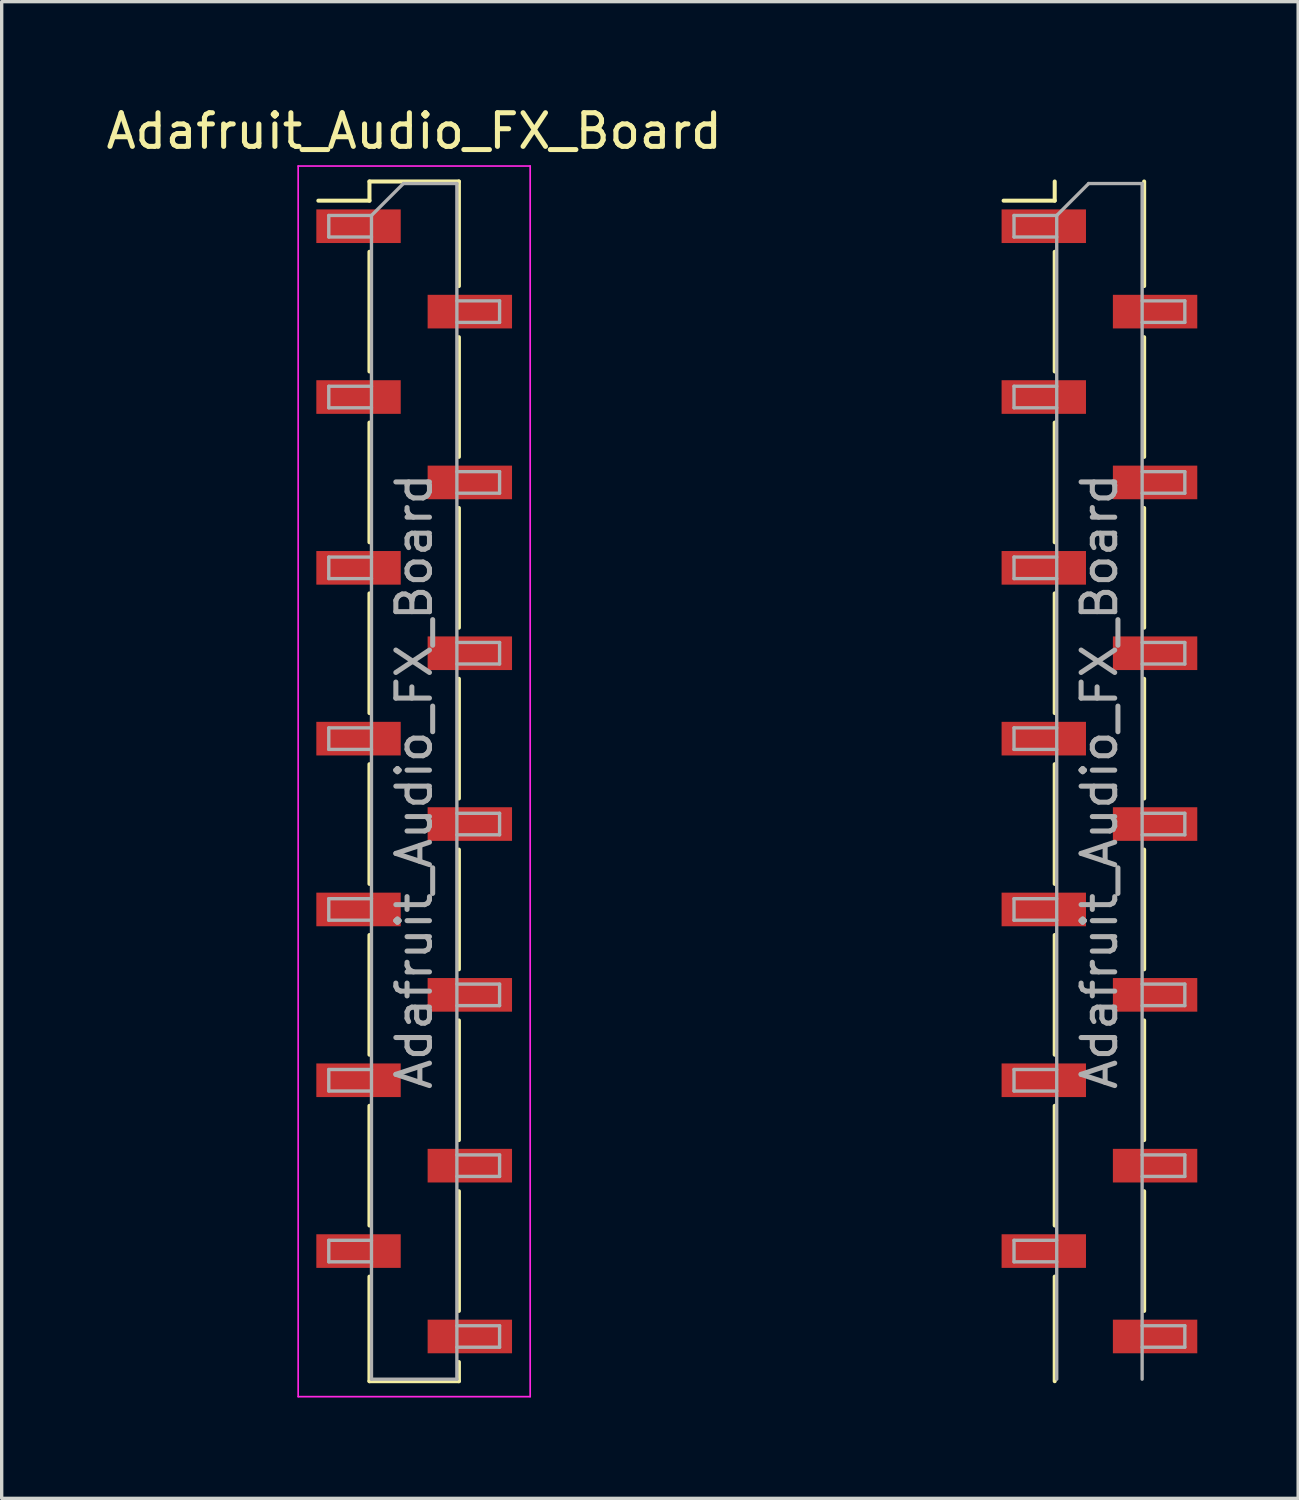
<source format=kicad_pcb>
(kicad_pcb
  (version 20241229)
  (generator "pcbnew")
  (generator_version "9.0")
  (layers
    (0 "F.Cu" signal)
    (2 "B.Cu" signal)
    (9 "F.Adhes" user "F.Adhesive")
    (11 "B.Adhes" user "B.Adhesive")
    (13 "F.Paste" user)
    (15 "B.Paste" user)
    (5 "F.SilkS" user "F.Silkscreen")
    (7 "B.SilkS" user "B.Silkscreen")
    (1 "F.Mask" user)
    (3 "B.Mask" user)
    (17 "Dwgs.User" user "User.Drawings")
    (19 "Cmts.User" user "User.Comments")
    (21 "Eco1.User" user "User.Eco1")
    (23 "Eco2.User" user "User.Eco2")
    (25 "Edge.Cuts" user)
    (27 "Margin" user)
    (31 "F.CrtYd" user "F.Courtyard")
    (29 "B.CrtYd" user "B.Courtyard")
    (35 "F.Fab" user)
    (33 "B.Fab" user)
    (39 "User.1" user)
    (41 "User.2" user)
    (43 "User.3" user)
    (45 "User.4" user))
  (footprint "Adafruit_Audio_FX_Board"
    (layer "F.Cu")
    (at 9.268 23.248)
    (property "Reference" "Adafruit_Audio_FX_Board" (at 0 -22.4 0) (layer "F.SilkS") (effects (font (size 1 1) (thickness 0.15))))
    (attr smd)
    (fp_line (start -1.33 -20.9) (end -1.33 -20.33) (stroke (width 0.12) (type solid)) (layer "F.SilkS"))
    (fp_line (start -1.33 -20.9) (end 1.33 -20.9) (stroke (width 0.12) (type solid)) (layer "F.SilkS"))
    (fp_line (start -1.33 -20.33) (end -2.85 -20.33) (stroke (width 0.12) (type solid)) (layer "F.SilkS"))
    (fp_line (start -1.33 -18.81) (end -1.33 -15.25) (stroke (width 0.12) (type solid)) (layer "F.SilkS"))
    (fp_line (start -1.33 -13.73) (end -1.33 -10.17) (stroke (width 0.12) (type solid)) (layer "F.SilkS"))
    (fp_line (start -1.33 -8.65) (end -1.33 -5.09) (stroke (width 0.12) (type solid)) (layer "F.SilkS"))
    (fp_line (start -1.33 -3.57) (end -1.33 -0.01) (stroke (width 0.12) (type solid)) (layer "F.SilkS"))
    (fp_line (start -1.33 1.51) (end -1.33 5.07) (stroke (width 0.12) (type solid)) (layer "F.SilkS"))
    (fp_line (start -1.33 6.59) (end -1.33 10.15) (stroke (width 0.12) (type solid)) (layer "F.SilkS"))
    (fp_line (start -1.33 11.67) (end -1.33 14.78) (stroke (width 0.12) (type solid)) (layer "F.SilkS"))
    (fp_line (start -1.33 14.78) (end 1.33 14.78) (stroke (width 0.12) (type solid)) (layer "F.SilkS"))
    (fp_line (start 1.33 -20.9) (end 1.33 -17.79) (stroke (width 0.12) (type solid)) (layer "F.SilkS"))
    (fp_line (start 1.33 -16.27) (end 1.33 -12.71) (stroke (width 0.12) (type solid)) (layer "F.SilkS"))
    (fp_line (start 1.33 -11.19) (end 1.33 -7.63) (stroke (width 0.12) (type solid)) (layer "F.SilkS"))
    (fp_line (start 1.33 -6.11) (end 1.33 -2.55) (stroke (width 0.12) (type solid)) (layer "F.SilkS"))
    (fp_line (start 1.33 -1.03) (end 1.33 2.53) (stroke (width 0.12) (type solid)) (layer "F.SilkS"))
    (fp_line (start 1.33 4.05) (end 1.33 7.61) (stroke (width 0.12) (type solid)) (layer "F.SilkS"))
    (fp_line (start 1.33 9.13) (end 1.33 12.69) (stroke (width 0.12) (type solid)) (layer "F.SilkS"))
    (fp_line (start 1.33 14.21) (end 1.33 14.78) (stroke (width 0.12) (type solid)) (layer "F.SilkS"))
    (fp_line (start 19.05 -20.9) (end 19.05 -20.33) (stroke (width 0.12) (type solid)) (layer "F.SilkS"))
    (fp_line (start 19.05 -20.33) (end 17.53 -20.33) (stroke (width 0.12) (type solid)) (layer "F.SilkS"))
    (fp_line (start 19.05 -18.81) (end 19.05 -15.25) (stroke (width 0.12) (type solid)) (layer "F.SilkS"))
    (fp_line (start 19.05 -13.73) (end 19.05 -10.17) (stroke (width 0.12) (type solid)) (layer "F.SilkS"))
    (fp_line (start 19.05 -8.65) (end 19.05 -5.09) (stroke (width 0.12) (type solid)) (layer "F.SilkS"))
    (fp_line (start 19.05 -3.57) (end 19.05 -0.01) (stroke (width 0.12) (type solid)) (layer "F.SilkS"))
    (fp_line (start 19.05 1.51) (end 19.05 5.07) (stroke (width 0.12) (type solid)) (layer "F.SilkS"))
    (fp_line (start 19.05 6.59) (end 19.05 10.15) (stroke (width 0.12) (type solid)) (layer "F.SilkS"))
    (fp_line (start 19.05 11.67) (end 19.05 14.78) (stroke (width 0.12) (type solid)) (layer "F.SilkS"))
    (fp_line (start 21.71 -20.9) (end 21.71 -17.79) (stroke (width 0.12) (type solid)) (layer "F.SilkS"))
    (fp_line (start 21.71 -16.27) (end 21.71 -12.71) (stroke (width 0.12) (type solid)) (layer "F.SilkS"))
    (fp_line (start 21.71 -11.19) (end 21.71 -7.63) (stroke (width 0.12) (type solid)) (layer "F.SilkS"))
    (fp_line (start 21.71 -6.11) (end 21.71 -2.55) (stroke (width 0.12) (type solid)) (layer "F.SilkS"))
    (fp_line (start 21.71 -1.03) (end 21.71 2.53) (stroke (width 0.12) (type solid)) (layer "F.SilkS"))
    (fp_line (start 21.71 4.05) (end 21.71 7.61) (stroke (width 0.12) (type solid)) (layer "F.SilkS"))
    (fp_line (start 21.71 9.13) (end 21.71 12.69) (stroke (width 0.12) (type solid)) (layer "F.SilkS"))
    (fp_line (start -3.45 -21.36) (end -3.45 15.24) (stroke (width 0.05) (type solid)) (layer "F.CrtYd"))
    (fp_line (start -3.45 15.24) (end 3.45 15.24) (stroke (width 0.05) (type solid)) (layer "F.CrtYd"))
    (fp_line (start 3.45 -21.36) (end -3.45 -21.36) (stroke (width 0.05) (type solid)) (layer "F.CrtYd"))
    (fp_line (start 3.45 15.24) (end 3.45 -21.36) (stroke (width 0.05) (type solid)) (layer "F.CrtYd"))
    (fp_line (start -2.54 -19.89) (end -2.54 -19.25) (stroke (width 0.1) (type solid)) (layer "F.Fab"))
    (fp_line (start -2.54 -19.25) (end -1.27 -19.25) (stroke (width 0.1) (type solid)) (layer "F.Fab"))
    (fp_line (start -2.54 -14.81) (end -2.54 -14.17) (stroke (width 0.1) (type solid)) (layer "F.Fab"))
    (fp_line (start -2.54 -14.17) (end -1.27 -14.17) (stroke (width 0.1) (type solid)) (layer "F.Fab"))
    (fp_line (start -2.54 -9.73) (end -2.54 -9.09) (stroke (width 0.1) (type solid)) (layer "F.Fab"))
    (fp_line (start -2.54 -9.09) (end -1.27 -9.09) (stroke (width 0.1) (type solid)) (layer "F.Fab"))
    (fp_line (start -2.54 -4.65) (end -2.54 -4.01) (stroke (width 0.1) (type solid)) (layer "F.Fab"))
    (fp_line (start -2.54 -4.01) (end -1.27 -4.01) (stroke (width 0.1) (type solid)) (layer "F.Fab"))
    (fp_line (start -2.54 0.43) (end -2.54 1.07) (stroke (width 0.1) (type solid)) (layer "F.Fab"))
    (fp_line (start -2.54 1.07) (end -1.27 1.07) (stroke (width 0.1) (type solid)) (layer "F.Fab"))
    (fp_line (start -2.54 5.51) (end -2.54 6.15) (stroke (width 0.1) (type solid)) (layer "F.Fab"))
    (fp_line (start -2.54 6.15) (end -1.27 6.15) (stroke (width 0.1) (type solid)) (layer "F.Fab"))
    (fp_line (start -2.54 10.59) (end -2.54 11.23) (stroke (width 0.1) (type solid)) (layer "F.Fab"))
    (fp_line (start -2.54 11.23) (end -1.27 11.23) (stroke (width 0.1) (type solid)) (layer "F.Fab"))
    (fp_line (start -1.27 -19.89) (end -2.54 -19.89) (stroke (width 0.1) (type solid)) (layer "F.Fab"))
    (fp_line (start -1.27 -19.89) (end -0.32 -20.84) (stroke (width 0.1) (type solid)) (layer "F.Fab"))
    (fp_line (start -1.27 -14.81) (end -2.54 -14.81) (stroke (width 0.1) (type solid)) (layer "F.Fab"))
    (fp_line (start -1.27 -9.73) (end -2.54 -9.73) (stroke (width 0.1) (type solid)) (layer "F.Fab"))
    (fp_line (start -1.27 -4.65) (end -2.54 -4.65) (stroke (width 0.1) (type solid)) (layer "F.Fab"))
    (fp_line (start -1.27 0.43) (end -2.54 0.43) (stroke (width 0.1) (type solid)) (layer "F.Fab"))
    (fp_line (start -1.27 5.51) (end -2.54 5.51) (stroke (width 0.1) (type solid)) (layer "F.Fab"))
    (fp_line (start -1.27 10.59) (end -2.54 10.59) (stroke (width 0.1) (type solid)) (layer "F.Fab"))
    (fp_line (start -1.27 14.72) (end -1.27 -19.89) (stroke (width 0.1) (type solid)) (layer "F.Fab"))
    (fp_line (start -0.32 -20.84) (end 1.27 -20.84) (stroke (width 0.1) (type solid)) (layer "F.Fab"))
    (fp_line (start 1.27 -20.84) (end 1.27 14.72) (stroke (width 0.1) (type solid)) (layer "F.Fab"))
    (fp_line (start 1.27 -17.35) (end 2.54 -17.35) (stroke (width 0.1) (type solid)) (layer "F.Fab"))
    (fp_line (start 1.27 -12.27) (end 2.54 -12.27) (stroke (width 0.1) (type solid)) (layer "F.Fab"))
    (fp_line (start 1.27 -7.19) (end 2.54 -7.19) (stroke (width 0.1) (type solid)) (layer "F.Fab"))
    (fp_line (start 1.27 -2.11) (end 2.54 -2.11) (stroke (width 0.1) (type solid)) (layer "F.Fab"))
    (fp_line (start 1.27 2.97) (end 2.54 2.97) (stroke (width 0.1) (type solid)) (layer "F.Fab"))
    (fp_line (start 1.27 8.05) (end 2.54 8.05) (stroke (width 0.1) (type solid)) (layer "F.Fab"))
    (fp_line (start 1.27 13.13) (end 2.54 13.13) (stroke (width 0.1) (type solid)) (layer "F.Fab"))
    (fp_line (start 1.27 14.72) (end -1.27 14.72) (stroke (width 0.1) (type solid)) (layer "F.Fab"))
    (fp_line (start 2.54 -17.35) (end 2.54 -16.71) (stroke (width 0.1) (type solid)) (layer "F.Fab"))
    (fp_line (start 2.54 -16.71) (end 1.27 -16.71) (stroke (width 0.1) (type solid)) (layer "F.Fab"))
    (fp_line (start 2.54 -12.27) (end 2.54 -11.63) (stroke (width 0.1) (type solid)) (layer "F.Fab"))
    (fp_line (start 2.54 -11.63) (end 1.27 -11.63) (stroke (width 0.1) (type solid)) (layer "F.Fab"))
    (fp_line (start 2.54 -7.19) (end 2.54 -6.55) (stroke (width 0.1) (type solid)) (layer "F.Fab"))
    (fp_line (start 2.54 -6.55) (end 1.27 -6.55) (stroke (width 0.1) (type solid)) (layer "F.Fab"))
    (fp_line (start 2.54 -2.11) (end 2.54 -1.47) (stroke (width 0.1) (type solid)) (layer "F.Fab"))
    (fp_line (start 2.54 -1.47) (end 1.27 -1.47) (stroke (width 0.1) (type solid)) (layer "F.Fab"))
    (fp_line (start 2.54 2.97) (end 2.54 3.61) (stroke (width 0.1) (type solid)) (layer "F.Fab"))
    (fp_line (start 2.54 3.61) (end 1.27 3.61) (stroke (width 0.1) (type solid)) (layer "F.Fab"))
    (fp_line (start 2.54 8.05) (end 2.54 8.69) (stroke (width 0.1) (type solid)) (layer "F.Fab"))
    (fp_line (start 2.54 8.69) (end 1.27 8.69) (stroke (width 0.1) (type solid)) (layer "F.Fab"))
    (fp_line (start 2.54 13.13) (end 2.54 13.77) (stroke (width 0.1) (type solid)) (layer "F.Fab"))
    (fp_line (start 2.54 13.77) (end 1.27 13.77) (stroke (width 0.1) (type solid)) (layer "F.Fab"))
    (fp_line (start 17.84 -19.89) (end 17.84 -19.25) (stroke (width 0.1) (type solid)) (layer "F.Fab"))
    (fp_line (start 17.84 -19.25) (end 19.11 -19.25) (stroke (width 0.1) (type solid)) (layer "F.Fab"))
    (fp_line (start 17.84 -14.81) (end 17.84 -14.17) (stroke (width 0.1) (type solid)) (layer "F.Fab"))
    (fp_line (start 17.84 -14.17) (end 19.11 -14.17) (stroke (width 0.1) (type solid)) (layer "F.Fab"))
    (fp_line (start 17.84 -9.73) (end 17.84 -9.09) (stroke (width 0.1) (type solid)) (layer "F.Fab"))
    (fp_line (start 17.84 -9.09) (end 19.11 -9.09) (stroke (width 0.1) (type solid)) (layer "F.Fab"))
    (fp_line (start 17.84 -4.65) (end 17.84 -4.01) (stroke (width 0.1) (type solid)) (layer "F.Fab"))
    (fp_line (start 17.84 -4.01) (end 19.11 -4.01) (stroke (width 0.1) (type solid)) (layer "F.Fab"))
    (fp_line (start 17.84 0.43) (end 17.84 1.07) (stroke (width 0.1) (type solid)) (layer "F.Fab"))
    (fp_line (start 17.84 1.07) (end 19.11 1.07) (stroke (width 0.1) (type solid)) (layer "F.Fab"))
    (fp_line (start 17.84 5.51) (end 17.84 6.15) (stroke (width 0.1) (type solid)) (layer "F.Fab"))
    (fp_line (start 17.84 6.15) (end 19.11 6.15) (stroke (width 0.1) (type solid)) (layer "F.Fab"))
    (fp_line (start 17.84 10.59) (end 17.84 11.23) (stroke (width 0.1) (type solid)) (layer "F.Fab"))
    (fp_line (start 17.84 11.23) (end 19.11 11.23) (stroke (width 0.1) (type solid)) (layer "F.Fab"))
    (fp_line (start 19.11 -19.89) (end 17.84 -19.89) (stroke (width 0.1) (type solid)) (layer "F.Fab"))
    (fp_line (start 19.11 -19.89) (end 20.06 -20.84) (stroke (width 0.1) (type solid)) (layer "F.Fab"))
    (fp_line (start 19.11 -14.81) (end 17.84 -14.81) (stroke (width 0.1) (type solid)) (layer "F.Fab"))
    (fp_line (start 19.11 -9.73) (end 17.84 -9.73) (stroke (width 0.1) (type solid)) (layer "F.Fab"))
    (fp_line (start 19.11 -4.65) (end 17.84 -4.65) (stroke (width 0.1) (type solid)) (layer "F.Fab"))
    (fp_line (start 19.11 0.43) (end 17.84 0.43) (stroke (width 0.1) (type solid)) (layer "F.Fab"))
    (fp_line (start 19.11 5.51) (end 17.84 5.51) (stroke (width 0.1) (type solid)) (layer "F.Fab"))
    (fp_line (start 19.11 10.59) (end 17.84 10.59) (stroke (width 0.1) (type solid)) (layer "F.Fab"))
    (fp_line (start 19.11 14.72) (end 19.11 -19.89) (stroke (width 0.1) (type solid)) (layer "F.Fab"))
    (fp_line (start 20.06 -20.84) (end 21.65 -20.84) (stroke (width 0.1) (type solid)) (layer "F.Fab"))
    (fp_line (start 21.65 -20.84) (end 21.65 14.72) (stroke (width 0.1) (type solid)) (layer "F.Fab"))
    (fp_line (start 21.65 -17.35) (end 22.92 -17.35) (stroke (width 0.1) (type solid)) (layer "F.Fab"))
    (fp_line (start 21.65 -12.27) (end 22.92 -12.27) (stroke (width 0.1) (type solid)) (layer "F.Fab"))
    (fp_line (start 21.65 -7.19) (end 22.92 -7.19) (stroke (width 0.1) (type solid)) (layer "F.Fab"))
    (fp_line (start 21.65 -2.11) (end 22.92 -2.11) (stroke (width 0.1) (type solid)) (layer "F.Fab"))
    (fp_line (start 21.65 2.97) (end 22.92 2.97) (stroke (width 0.1) (type solid)) (layer "F.Fab"))
    (fp_line (start 21.65 8.05) (end 22.92 8.05) (stroke (width 0.1) (type solid)) (layer "F.Fab"))
    (fp_line (start 21.65 13.13) (end 22.92 13.13) (stroke (width 0.1) (type solid)) (layer "F.Fab"))
    (fp_line (start 22.92 -17.35) (end 22.92 -16.71) (stroke (width 0.1) (type solid)) (layer "F.Fab"))
    (fp_line (start 22.92 -16.71) (end 21.65 -16.71) (stroke (width 0.1) (type solid)) (layer "F.Fab"))
    (fp_line (start 22.92 -12.27) (end 22.92 -11.63) (stroke (width 0.1) (type solid)) (layer "F.Fab"))
    (fp_line (start 22.92 -11.63) (end 21.65 -11.63) (stroke (width 0.1) (type solid)) (layer "F.Fab"))
    (fp_line (start 22.92 -7.19) (end 22.92 -6.55) (stroke (width 0.1) (type solid)) (layer "F.Fab"))
    (fp_line (start 22.92 -6.55) (end 21.65 -6.55) (stroke (width 0.1) (type solid)) (layer "F.Fab"))
    (fp_line (start 22.92 -2.11) (end 22.92 -1.47) (stroke (width 0.1) (type solid)) (layer "F.Fab"))
    (fp_line (start 22.92 -1.47) (end 21.65 -1.47) (stroke (width 0.1) (type solid)) (layer "F.Fab"))
    (fp_line (start 22.92 2.97) (end 22.92 3.61) (stroke (width 0.1) (type solid)) (layer "F.Fab"))
    (fp_line (start 22.92 3.61) (end 21.65 3.61) (stroke (width 0.1) (type solid)) (layer "F.Fab"))
    (fp_line (start 22.92 8.05) (end 22.92 8.69) (stroke (width 0.1) (type solid)) (layer "F.Fab"))
    (fp_line (start 22.92 8.69) (end 21.65 8.69) (stroke (width 0.1) (type solid)) (layer "F.Fab"))
    (fp_line (start 22.92 13.13) (end 22.92 13.77) (stroke (width 0.1) (type solid)) (layer "F.Fab"))
    (fp_line (start 22.92 13.77) (end 21.65 13.77) (stroke (width 0.1) (type solid)) (layer "F.Fab"))
    (fp_text user "${REFERENCE}" (at 20.38 -3.06 90) (layer "F.Fab") (effects (font (size 1 1) (thickness 0.15))))
    (fp_text user "${REFERENCE}" (at 0 -3.06 90) (layer "F.Fab") (effects (font (size 1 1) (thickness 0.15))))
    (pad "1" smd rect (at -1.655 -19.57) (size 2.51 1) (layers "F.Cu" "F.Mask" "F.Paste"))
    (pad "2" smd rect (at 1.655 -17.03) (size 2.51 1) (layers "F.Cu" "F.Mask" "F.Paste"))
    (pad "3" smd rect (at -1.655 -14.49) (size 2.51 1) (layers "F.Cu" "F.Mask" "F.Paste"))
    (pad "4" smd rect (at 1.655 -11.95) (size 2.51 1) (layers "F.Cu" "F.Mask" "F.Paste"))
    (pad "5" smd rect (at -1.655 -9.41) (size 2.51 1) (layers "F.Cu" "F.Mask" "F.Paste"))
    (pad "6" smd rect (at 1.655 -6.87) (size 2.51 1) (layers "F.Cu" "F.Mask" "F.Paste"))
    (pad "7" smd rect (at -1.655 -4.33) (size 2.51 1) (layers "F.Cu" "F.Mask" "F.Paste"))
    (pad "8" smd rect (at 1.655 -1.79) (size 2.51 1) (layers "F.Cu" "F.Mask" "F.Paste"))
    (pad "9" smd rect (at -1.655 0.75) (size 2.51 1) (layers "F.Cu" "F.Mask" "F.Paste"))
    (pad "10" smd rect (at 1.655 3.29) (size 2.51 1) (layers "F.Cu" "F.Mask" "F.Paste"))
    (pad "11" smd rect (at -1.655 5.83) (size 2.51 1) (layers "F.Cu" "F.Mask" "F.Paste"))
    (pad "12" smd rect (at 1.655 8.37) (size 2.51 1) (layers "F.Cu" "F.Mask" "F.Paste"))
    (pad "13" smd rect (at -1.655 10.91) (size 2.51 1) (layers "F.Cu" "F.Mask" "F.Paste"))
    (pad "14" smd rect (at 1.655 13.45) (size 2.51 1) (layers "F.Cu" "F.Mask" "F.Paste"))
    (pad "15" smd rect (at 22.035 13.45) (size 2.51 1) (layers "F.Cu" "F.Mask" "F.Paste"))
    (pad "16" smd rect (at 18.725 10.91) (size 2.51 1) (layers "F.Cu" "F.Mask" "F.Paste"))
    (pad "17" smd rect (at 22.035 8.37) (size 2.51 1) (layers "F.Cu" "F.Mask" "F.Paste"))
    (pad "18" smd rect (at 18.725 5.83) (size 2.51 1) (layers "F.Cu" "F.Mask" "F.Paste"))
    (pad "19" smd rect (at 22.035 3.29) (size 2.51 1) (layers "F.Cu" "F.Mask" "F.Paste"))
    (pad "20" smd rect (at 18.725 0.75) (size 2.51 1) (layers "F.Cu" "F.Mask" "F.Paste"))
    (pad "21" smd rect (at 22.035 -1.79) (size 2.51 1) (layers "F.Cu" "F.Mask" "F.Paste"))
    (pad "22" smd rect (at 18.725 -4.33) (size 2.51 1) (layers "F.Cu" "F.Mask" "F.Paste"))
    (pad "23" smd rect (at 22.035 -6.87) (size 2.51 1) (layers "F.Cu" "F.Mask" "F.Paste"))
    (pad "24" smd rect (at 18.725 -9.41) (size 2.51 1) (layers "F.Cu" "F.Mask" "F.Paste"))
    (pad "25" smd rect (at 22.035 -11.95) (size 2.51 1) (layers "F.Cu" "F.Mask" "F.Paste"))
    (pad "26" smd rect (at 18.725 -14.49) (size 2.51 1) (layers "F.Cu" "F.Mask" "F.Paste"))
    (pad "27" smd rect (at 22.035 -17.03) (size 2.51 1) (layers "F.Cu" "F.Mask" "F.Paste"))
    (pad "28" smd rect (at 18.725 -19.57) (size 2.51 1) (layers "F.Cu" "F.Mask" "F.Paste")))
  (gr_rect
    (start -3 -3)
    (end 35.558 41.513)
    (stroke (width 0.1) (type default))
    (fill no)
    (layer "Edge.Cuts")))
</source>
